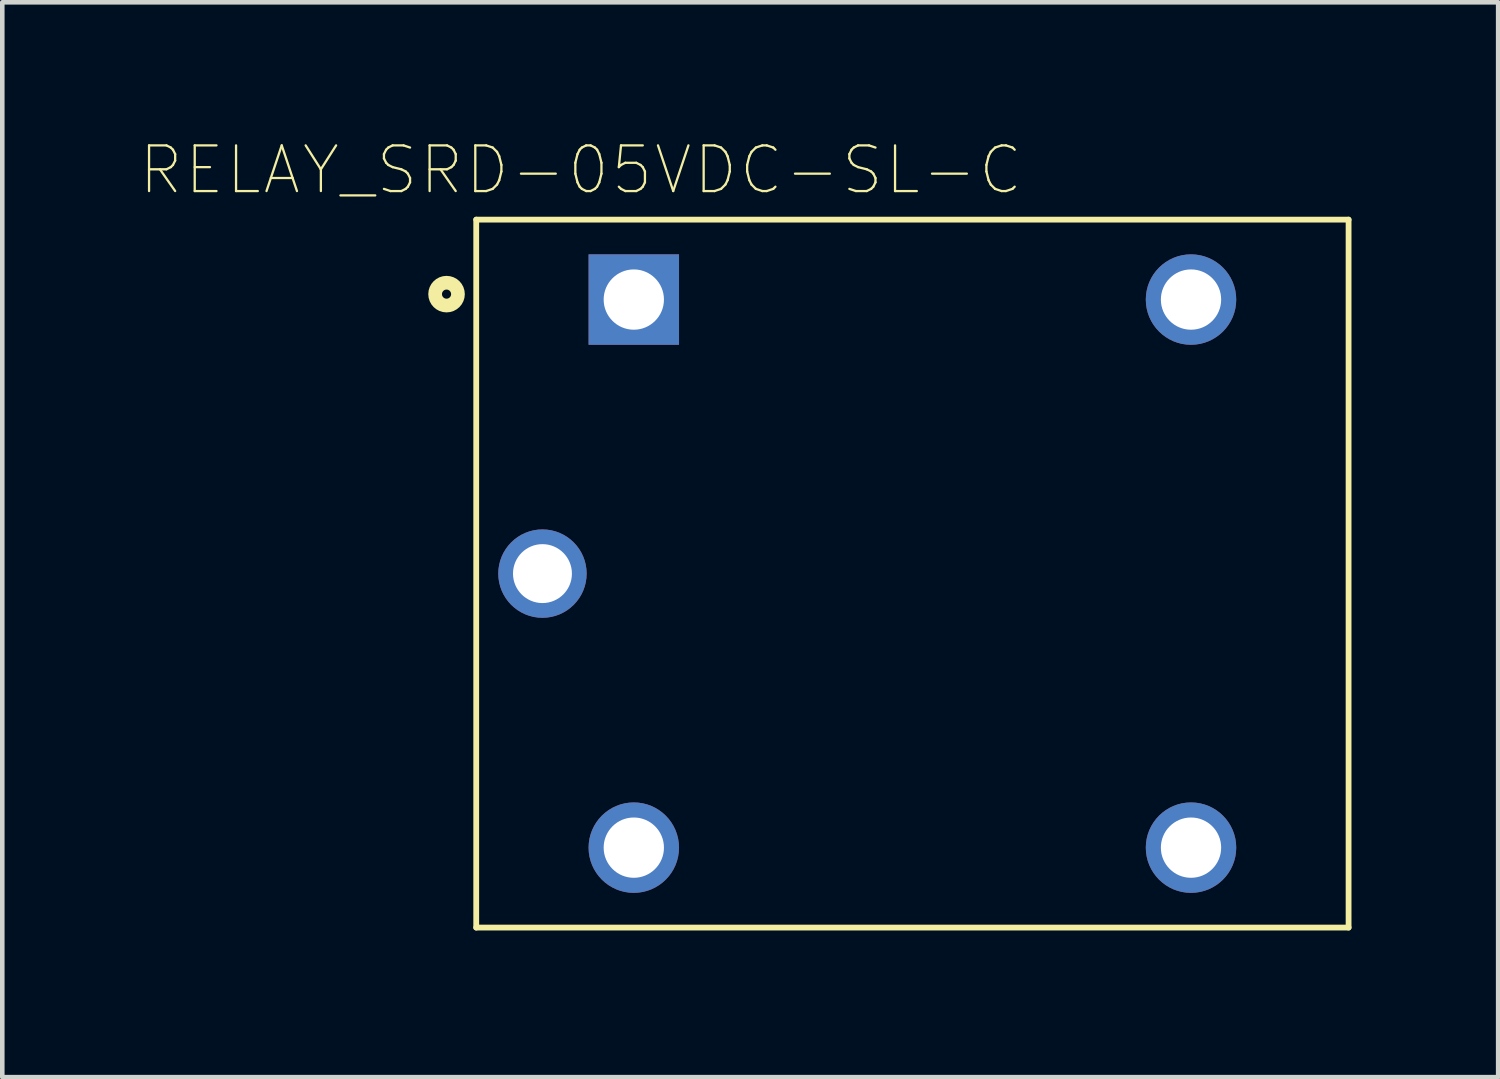
<source format=kicad_pcb>
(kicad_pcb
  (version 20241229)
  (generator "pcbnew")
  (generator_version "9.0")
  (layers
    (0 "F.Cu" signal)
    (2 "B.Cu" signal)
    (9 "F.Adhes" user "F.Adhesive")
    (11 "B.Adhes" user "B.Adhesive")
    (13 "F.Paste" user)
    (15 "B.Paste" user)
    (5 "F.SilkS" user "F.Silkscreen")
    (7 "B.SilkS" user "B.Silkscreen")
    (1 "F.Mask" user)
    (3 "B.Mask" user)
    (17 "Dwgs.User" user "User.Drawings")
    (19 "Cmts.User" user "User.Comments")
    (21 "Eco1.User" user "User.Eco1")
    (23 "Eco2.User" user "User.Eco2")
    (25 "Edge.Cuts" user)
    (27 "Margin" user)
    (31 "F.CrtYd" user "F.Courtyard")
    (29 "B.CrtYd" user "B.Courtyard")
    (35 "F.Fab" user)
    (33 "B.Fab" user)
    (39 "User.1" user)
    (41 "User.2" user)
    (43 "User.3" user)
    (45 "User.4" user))
  (footprint "RELAY_SRD-05VDC-SL-C"
    (layer "F.Cu")
    (at 16.927 9.509)
    (property "Reference" "RELAY_SRD-05VDC-SL-C" (at -7.261 -8.836 0) (layer "F.SilkS") (effects (font (size 1 1) (thickness 0.05))))
    (attr through_hole)
    (fp_line (start -9.55 -7.75) (end 9.55 -7.75) (stroke (width 0.127) (type solid)) (layer "F.SilkS"))
    (fp_line (start -9.55 7.75) (end -9.55 -7.75) (stroke (width 0.127) (type solid)) (layer "F.SilkS"))
    (fp_line (start 9.55 -7.75) (end 9.55 7.75) (stroke (width 0.127) (type solid)) (layer "F.SilkS"))
    (fp_line (start 9.55 7.75) (end -9.55 7.75) (stroke (width 0.127) (type solid)) (layer "F.SilkS"))
    (fp_circle (center -10.2 -6.119) (end -10.1 -6.119) (stroke (width 0.3) (type solid)) (fill no) (layer "F.SilkS"))
    (fp_line (start -9.8 -8) (end 9.8 -8) (stroke (width 0.05) (type solid)) (layer "Eco1.User"))
    (fp_line (start -9.8 8) (end -9.8 -8) (stroke (width 0.05) (type solid)) (layer "Eco1.User"))
    (fp_line (start 9.8 -8) (end 9.8 8) (stroke (width 0.05) (type solid)) (layer "Eco1.User"))
    (fp_line (start 9.8 8) (end -9.8 8) (stroke (width 0.05) (type solid)) (layer "Eco1.User"))
    (fp_line (start -9.55 -7.75) (end 9.55 -7.75) (stroke (width 0.127) (type solid)) (layer "Eco2.User"))
    (fp_line (start -9.55 7.75) (end -9.55 -7.75) (stroke (width 0.127) (type solid)) (layer "Eco2.User"))
    (fp_line (start 9.55 -7.75) (end 9.55 7.75) (stroke (width 0.127) (type solid)) (layer "Eco2.User"))
    (fp_line (start 9.55 7.75) (end -9.55 7.75) (stroke (width 0.127) (type solid)) (layer "Eco2.User"))
    (pad "1" thru_hole rect (at -6.1 -6) (size 1.98 1.98) (drill 1.32) (layers "*.Cu" "*.Mask"))
    (pad "2" thru_hole circle (at 6.1 -6) (size 1.98 1.98) (drill 1.32) (layers "*.Cu" "*.Mask"))
    (pad "3" thru_hole circle (at 6.1 6) (size 1.98 1.98) (drill 1.32) (layers "*.Cu" "*.Mask"))
    (pad "4" thru_hole circle (at -6.1 6) (size 1.98 1.98) (drill 1.32) (layers "*.Cu" "*.Mask"))
    (pad "5" thru_hole circle (at -8.1 0) (size 1.935 1.935) (drill 1.29) (layers "*.Cu" "*.Mask")))
  (gr_rect
    (start -3 -3)
    (end 29.752 20.534)
    (stroke (width 0.1) (type default))
    (fill no)
    (layer "Edge.Cuts")))
</source>
